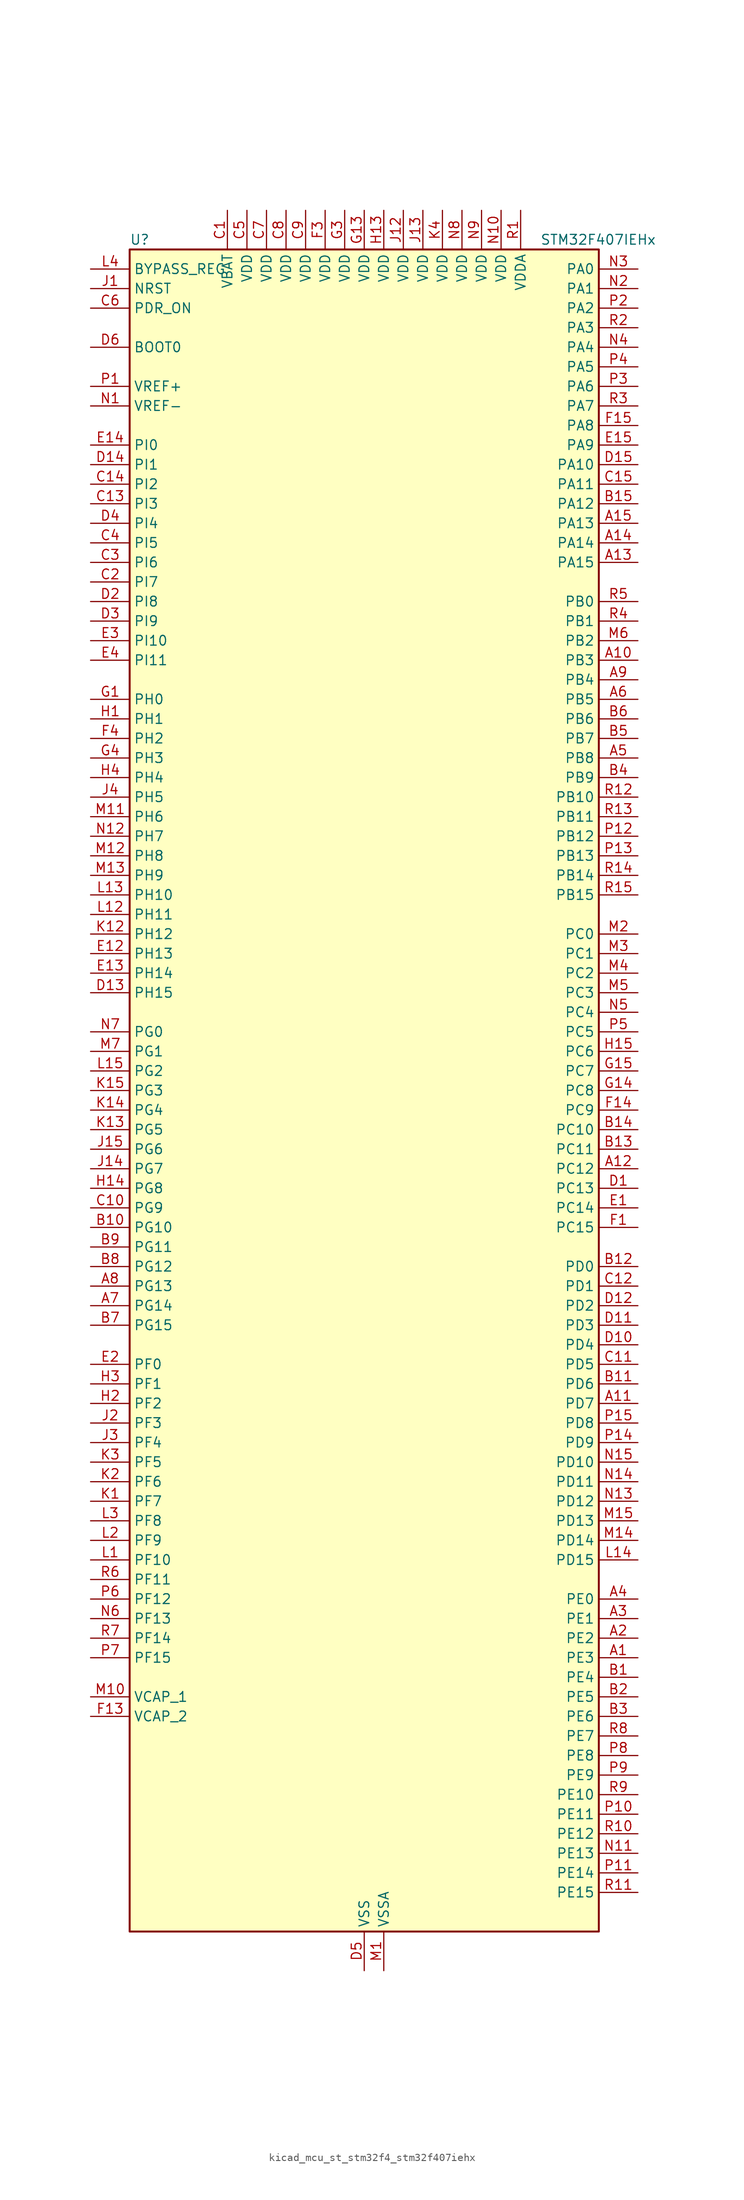
<source format=kicad_sym>
(kicad_symbol_lib
  (version 20220914)
  (generator kicad_symbol_editor)
  (symbol "kicad_mcu_st_stm32f4_stm32f407iehx"
    (property "Reference" "U"
      (at -30.48 110.49 0)
      (effects (font (size 1.27 1.27)) (justify left)))
    (property "Value" "STM32F407IEHx"
      (at 22.86 110.49 0)
      (effects (font (size 1.27 1.27)) (justify left)))
    (property "ki_locked" ""
      (at 0 0 0)
      (effects (font (size 1.27 1.27))))
    (symbol "kicad_mcu_st_stm32f4_stm32f407iehx_0_1"
      (rectangle (start -30.48 -109.22) (end 30.48 109.22) (stroke (width 0.254) (type default)) (fill (type background))))
    (symbol "kicad_mcu_st_stm32f4_stm32f407iehx_1_1"
      (pin bidirectional line (at 35.56 -73.66 180) (length 5.08) (name "PE3" (effects (font (size 1.27 1.27)))) (number "A1" (effects (font (size 1.27 1.27)))) (alternate "FSMC_A19" bidirectional line) (alternate "SYS_TRACED0" bidirectional line))
      (pin bidirectional line (at 35.56 55.88 180) (length 5.08) (name "PB3" (effects (font (size 1.27 1.27)))) (number "A10" (effects (font (size 1.27 1.27)))) (alternate "I2S3_CK" bidirectional line) (alternate "SPI1_SCK" bidirectional line) (alternate "SPI3_SCK" bidirectional line) (alternate "SYS_JTDO-SWO" bidirectional line) (alternate "TIM2_CH2" bidirectional line))
      (pin bidirectional line (at 35.56 -40.64 180) (length 5.08) (name "PD7" (effects (font (size 1.27 1.27)))) (number "A11" (effects (font (size 1.27 1.27)))) (alternate "FSMC_NCE2" bidirectional line) (alternate "FSMC_NE1" bidirectional line) (alternate "USART2_CK" bidirectional line))
      (pin bidirectional line (at 35.56 -10.16 180) (length 5.08) (name "PC12" (effects (font (size 1.27 1.27)))) (number "A12" (effects (font (size 1.27 1.27)))) (alternate "DCMI_D9" bidirectional line) (alternate "I2S3_SD" bidirectional line) (alternate "SDIO_CK" bidirectional line) (alternate "SPI3_MOSI" bidirectional line) (alternate "UART5_TX" bidirectional line) (alternate "USART3_CK" bidirectional line))
      (pin bidirectional line (at 35.56 68.58 180) (length 5.08) (name "PA15" (effects (font (size 1.27 1.27)))) (number "A13" (effects (font (size 1.27 1.27)))) (alternate "ADC1_EXTI15" bidirectional line) (alternate "ADC2_EXTI15" bidirectional line) (alternate "ADC3_EXTI15" bidirectional line) (alternate "I2S3_WS" bidirectional line) (alternate "SPI1_NSS" bidirectional line) (alternate "SPI3_NSS" bidirectional line) (alternate "SYS_JTDI" bidirectional line) (alternate "TIM2_CH1" bidirectional line) (alternate "TIM2_ETR" bidirectional line))
      (pin bidirectional line (at 35.56 71.12 180) (length 5.08) (name "PA14" (effects (font (size 1.27 1.27)))) (number "A14" (effects (font (size 1.27 1.27)))) (alternate "SYS_JTCK-SWCLK" bidirectional line))
      (pin bidirectional line (at 35.56 73.66 180) (length 5.08) (name "PA13" (effects (font (size 1.27 1.27)))) (number "A15" (effects (font (size 1.27 1.27)))) (alternate "SYS_JTMS-SWDIO" bidirectional line))
      (pin bidirectional line (at 35.56 -71.12 180) (length 5.08) (name "PE2" (effects (font (size 1.27 1.27)))) (number "A2" (effects (font (size 1.27 1.27)))) (alternate "ETH_TXD3" bidirectional line) (alternate "FSMC_A23" bidirectional line) (alternate "SYS_TRACECLK" bidirectional line))
      (pin bidirectional line (at 35.56 -68.58 180) (length 5.08) (name "PE1" (effects (font (size 1.27 1.27)))) (number "A3" (effects (font (size 1.27 1.27)))) (alternate "DCMI_D3" bidirectional line) (alternate "FSMC_NBL1" bidirectional line))
      (pin bidirectional line (at 35.56 -66.04 180) (length 5.08) (name "PE0" (effects (font (size 1.27 1.27)))) (number "A4" (effects (font (size 1.27 1.27)))) (alternate "DCMI_D2" bidirectional line) (alternate "FSMC_NBL0" bidirectional line) (alternate "TIM4_ETR" bidirectional line))
      (pin bidirectional line (at 35.56 43.18 180) (length 5.08) (name "PB8" (effects (font (size 1.27 1.27)))) (number "A5" (effects (font (size 1.27 1.27)))) (alternate "CAN1_RX" bidirectional line) (alternate "DCMI_D6" bidirectional line) (alternate "ETH_TXD3" bidirectional line) (alternate "I2C1_SCL" bidirectional line) (alternate "SDIO_D4" bidirectional line) (alternate "TIM10_CH1" bidirectional line) (alternate "TIM4_CH3" bidirectional line))
      (pin bidirectional line (at 35.56 50.8 180) (length 5.08) (name "PB5" (effects (font (size 1.27 1.27)))) (number "A6" (effects (font (size 1.27 1.27)))) (alternate "CAN2_RX" bidirectional line) (alternate "DCMI_D10" bidirectional line) (alternate "ETH_PPS_OUT" bidirectional line) (alternate "I2C1_SMBA" bidirectional line) (alternate "I2S3_SD" bidirectional line) (alternate "SPI1_MOSI" bidirectional line) (alternate "SPI3_MOSI" bidirectional line) (alternate "TIM3_CH2" bidirectional line) (alternate "USB_OTG_HS_ULPI_D7" bidirectional line))
      (pin bidirectional line (at -35.56 -27.94 0) (length 5.08) (name "PG14" (effects (font (size 1.27 1.27)))) (number "A7" (effects (font (size 1.27 1.27)))) (alternate "ETH_TXD1" bidirectional line) (alternate "FSMC_A25" bidirectional line) (alternate "USART6_TX" bidirectional line))
      (pin bidirectional line (at -35.56 -25.4 0) (length 5.08) (name "PG13" (effects (font (size 1.27 1.27)))) (number "A8" (effects (font (size 1.27 1.27)))) (alternate "ETH_TXD0" bidirectional line) (alternate "FSMC_A24" bidirectional line) (alternate "USART6_CTS" bidirectional line))
      (pin bidirectional line (at 35.56 53.34 180) (length 5.08) (name "PB4" (effects (font (size 1.27 1.27)))) (number "A9" (effects (font (size 1.27 1.27)))) (alternate "I2S3_ext_SD" bidirectional line) (alternate "SPI1_MISO" bidirectional line) (alternate "SPI3_MISO" bidirectional line) (alternate "SYS_JTRST" bidirectional line) (alternate "TIM3_CH1" bidirectional line))
      (pin bidirectional line (at 35.56 -76.2 180) (length 5.08) (name "PE4" (effects (font (size 1.27 1.27)))) (number "B1" (effects (font (size 1.27 1.27)))) (alternate "DCMI_D4" bidirectional line) (alternate "FSMC_A20" bidirectional line) (alternate "SYS_TRACED1" bidirectional line))
      (pin bidirectional line (at -35.56 -17.78 0) (length 5.08) (name "PG10" (effects (font (size 1.27 1.27)))) (number "B10" (effects (font (size 1.27 1.27)))) (alternate "FSMC_NCE4_1" bidirectional line) (alternate "FSMC_NE3" bidirectional line))
      (pin bidirectional line (at 35.56 -38.1 180) (length 5.08) (name "PD6" (effects (font (size 1.27 1.27)))) (number "B11" (effects (font (size 1.27 1.27)))) (alternate "FSMC_NWAIT" bidirectional line) (alternate "USART2_RX" bidirectional line))
      (pin bidirectional line (at 35.56 -22.86 180) (length 5.08) (name "PD0" (effects (font (size 1.27 1.27)))) (number "B12" (effects (font (size 1.27 1.27)))) (alternate "CAN1_RX" bidirectional line) (alternate "FSMC_D2" bidirectional line) (alternate "FSMC_DA2" bidirectional line))
      (pin bidirectional line (at 35.56 -7.62 180) (length 5.08) (name "PC11" (effects (font (size 1.27 1.27)))) (number "B13" (effects (font (size 1.27 1.27)))) (alternate "ADC1_EXTI11" bidirectional line) (alternate "ADC2_EXTI11" bidirectional line) (alternate "ADC3_EXTI11" bidirectional line) (alternate "DCMI_D4" bidirectional line) (alternate "I2S3_ext_SD" bidirectional line) (alternate "SDIO_D3" bidirectional line) (alternate "SPI3_MISO" bidirectional line) (alternate "UART4_RX" bidirectional line) (alternate "USART3_RX" bidirectional line))
      (pin bidirectional line (at 35.56 -5.08 180) (length 5.08) (name "PC10" (effects (font (size 1.27 1.27)))) (number "B14" (effects (font (size 1.27 1.27)))) (alternate "DCMI_D8" bidirectional line) (alternate "I2S3_CK" bidirectional line) (alternate "SDIO_D2" bidirectional line) (alternate "SPI3_SCK" bidirectional line) (alternate "UART4_TX" bidirectional line) (alternate "USART3_TX" bidirectional line))
      (pin bidirectional line (at 35.56 76.2 180) (length 5.08) (name "PA12" (effects (font (size 1.27 1.27)))) (number "B15" (effects (font (size 1.27 1.27)))) (alternate "CAN1_TX" bidirectional line) (alternate "TIM1_ETR" bidirectional line) (alternate "USART1_RTS" bidirectional line) (alternate "USB_OTG_FS_DP" bidirectional line))
      (pin bidirectional line (at 35.56 -78.74 180) (length 5.08) (name "PE5" (effects (font (size 1.27 1.27)))) (number "B2" (effects (font (size 1.27 1.27)))) (alternate "DCMI_D6" bidirectional line) (alternate "FSMC_A21" bidirectional line) (alternate "SYS_TRACED2" bidirectional line) (alternate "TIM9_CH1" bidirectional line))
      (pin bidirectional line (at 35.56 -81.28 180) (length 5.08) (name "PE6" (effects (font (size 1.27 1.27)))) (number "B3" (effects (font (size 1.27 1.27)))) (alternate "DCMI_D7" bidirectional line) (alternate "FSMC_A22" bidirectional line) (alternate "SYS_TRACED3" bidirectional line) (alternate "TIM9_CH2" bidirectional line))
      (pin bidirectional line (at 35.56 40.64 180) (length 5.08) (name "PB9" (effects (font (size 1.27 1.27)))) (number "B4" (effects (font (size 1.27 1.27)))) (alternate "CAN1_TX" bidirectional line) (alternate "DAC_EXTI9" bidirectional line) (alternate "DCMI_D7" bidirectional line) (alternate "I2C1_SDA" bidirectional line) (alternate "I2S2_WS" bidirectional line) (alternate "SDIO_D5" bidirectional line) (alternate "SPI2_NSS" bidirectional line) (alternate "TIM11_CH1" bidirectional line) (alternate "TIM4_CH4" bidirectional line))
      (pin bidirectional line (at 35.56 45.72 180) (length 5.08) (name "PB7" (effects (font (size 1.27 1.27)))) (number "B5" (effects (font (size 1.27 1.27)))) (alternate "DCMI_VSYNC" bidirectional line) (alternate "FSMC_NL" bidirectional line) (alternate "I2C1_SDA" bidirectional line) (alternate "TIM4_CH2" bidirectional line) (alternate "USART1_RX" bidirectional line))
      (pin bidirectional line (at 35.56 48.26 180) (length 5.08) (name "PB6" (effects (font (size 1.27 1.27)))) (number "B6" (effects (font (size 1.27 1.27)))) (alternate "CAN2_TX" bidirectional line) (alternate "DCMI_D5" bidirectional line) (alternate "I2C1_SCL" bidirectional line) (alternate "TIM4_CH1" bidirectional line) (alternate "USART1_TX" bidirectional line))
      (pin bidirectional line (at -35.56 -30.48 0) (length 5.08) (name "PG15" (effects (font (size 1.27 1.27)))) (number "B7" (effects (font (size 1.27 1.27)))) (alternate "ADC1_EXTI15" bidirectional line) (alternate "ADC2_EXTI15" bidirectional line) (alternate "ADC3_EXTI15" bidirectional line) (alternate "DCMI_D13" bidirectional line) (alternate "USART6_CTS" bidirectional line))
      (pin bidirectional line (at -35.56 -22.86 0) (length 5.08) (name "PG12" (effects (font (size 1.27 1.27)))) (number "B8" (effects (font (size 1.27 1.27)))) (alternate "FSMC_NE4" bidirectional line) (alternate "USART6_RTS" bidirectional line))
      (pin bidirectional line (at -35.56 -20.32 0) (length 5.08) (name "PG11" (effects (font (size 1.27 1.27)))) (number "B9" (effects (font (size 1.27 1.27)))) (alternate "ADC1_EXTI11" bidirectional line) (alternate "ADC2_EXTI11" bidirectional line) (alternate "ADC3_EXTI11" bidirectional line) (alternate "ETH_TX_EN" bidirectional line) (alternate "FSMC_NCE4_2" bidirectional line))
      (pin power_in line (at -17.78 114.3 270) (length 5.08) (name "VBAT" (effects (font (size 1.27 1.27)))) (number "C1" (effects (font (size 1.27 1.27)))))
      (pin bidirectional line (at -35.56 -15.24 0) (length 5.08) (name "PG9" (effects (font (size 1.27 1.27)))) (number "C10" (effects (font (size 1.27 1.27)))) (alternate "DAC_EXTI9" bidirectional line) (alternate "FSMC_NCE3" bidirectional line) (alternate "FSMC_NE2" bidirectional line) (alternate "USART6_RX" bidirectional line))
      (pin bidirectional line (at 35.56 -35.56 180) (length 5.08) (name "PD5" (effects (font (size 1.27 1.27)))) (number "C11" (effects (font (size 1.27 1.27)))) (alternate "FSMC_NWE" bidirectional line) (alternate "USART2_TX" bidirectional line))
      (pin bidirectional line (at 35.56 -25.4 180) (length 5.08) (name "PD1" (effects (font (size 1.27 1.27)))) (number "C12" (effects (font (size 1.27 1.27)))) (alternate "CAN1_TX" bidirectional line) (alternate "FSMC_D3" bidirectional line) (alternate "FSMC_DA3" bidirectional line))
      (pin bidirectional line (at -35.56 76.2 0) (length 5.08) (name "PI3" (effects (font (size 1.27 1.27)))) (number "C13" (effects (font (size 1.27 1.27)))) (alternate "DCMI_D10" bidirectional line) (alternate "I2S2_SD" bidirectional line) (alternate "SPI2_MOSI" bidirectional line) (alternate "TIM8_ETR" bidirectional line))
      (pin bidirectional line (at -35.56 78.74 0) (length 5.08) (name "PI2" (effects (font (size 1.27 1.27)))) (number "C14" (effects (font (size 1.27 1.27)))) (alternate "DCMI_D9" bidirectional line) (alternate "I2S2_ext_SD" bidirectional line) (alternate "SPI2_MISO" bidirectional line) (alternate "TIM8_CH4" bidirectional line))
      (pin bidirectional line (at 35.56 78.74 180) (length 5.08) (name "PA11" (effects (font (size 1.27 1.27)))) (number "C15" (effects (font (size 1.27 1.27)))) (alternate "ADC1_EXTI11" bidirectional line) (alternate "ADC2_EXTI11" bidirectional line) (alternate "ADC3_EXTI11" bidirectional line) (alternate "CAN1_RX" bidirectional line) (alternate "TIM1_CH4" bidirectional line) (alternate "USART1_CTS" bidirectional line) (alternate "USB_OTG_FS_DM" bidirectional line))
      (pin bidirectional line (at -35.56 66.04 0) (length 5.08) (name "PI7" (effects (font (size 1.27 1.27)))) (number "C2" (effects (font (size 1.27 1.27)))) (alternate "DCMI_D7" bidirectional line) (alternate "TIM8_CH3" bidirectional line))
      (pin bidirectional line (at -35.56 68.58 0) (length 5.08) (name "PI6" (effects (font (size 1.27 1.27)))) (number "C3" (effects (font (size 1.27 1.27)))) (alternate "DCMI_D6" bidirectional line) (alternate "TIM8_CH2" bidirectional line))
      (pin bidirectional line (at -35.56 71.12 0) (length 5.08) (name "PI5" (effects (font (size 1.27 1.27)))) (number "C4" (effects (font (size 1.27 1.27)))) (alternate "DCMI_VSYNC" bidirectional line) (alternate "TIM8_CH1" bidirectional line))
      (pin power_in line (at -15.24 114.3 270) (length 5.08) (name "VDD" (effects (font (size 1.27 1.27)))) (number "C5" (effects (font (size 1.27 1.27)))))
      (pin input line (at -35.56 101.6 0) (length 5.08) (name "PDR_ON" (effects (font (size 1.27 1.27)))) (number "C6" (effects (font (size 1.27 1.27)))))
      (pin power_in line (at -12.7 114.3 270) (length 5.08) (name "VDD" (effects (font (size 1.27 1.27)))) (number "C7" (effects (font (size 1.27 1.27)))))
      (pin power_in line (at -10.16 114.3 270) (length 5.08) (name "VDD" (effects (font (size 1.27 1.27)))) (number "C8" (effects (font (size 1.27 1.27)))))
      (pin power_in line (at -7.62 114.3 270) (length 5.08) (name "VDD" (effects (font (size 1.27 1.27)))) (number "C9" (effects (font (size 1.27 1.27)))))
      (pin bidirectional line (at 35.56 -12.7 180) (length 5.08) (name "PC13" (effects (font (size 1.27 1.27)))) (number "D1" (effects (font (size 1.27 1.27)))) (alternate "RTC_AF1" bidirectional line))
      (pin bidirectional line (at 35.56 -33.02 180) (length 5.08) (name "PD4" (effects (font (size 1.27 1.27)))) (number "D10" (effects (font (size 1.27 1.27)))) (alternate "FSMC_NOE" bidirectional line) (alternate "USART2_RTS" bidirectional line))
      (pin bidirectional line (at 35.56 -30.48 180) (length 5.08) (name "PD3" (effects (font (size 1.27 1.27)))) (number "D11" (effects (font (size 1.27 1.27)))) (alternate "FSMC_CLK" bidirectional line) (alternate "USART2_CTS" bidirectional line))
      (pin bidirectional line (at 35.56 -27.94 180) (length 5.08) (name "PD2" (effects (font (size 1.27 1.27)))) (number "D12" (effects (font (size 1.27 1.27)))) (alternate "DCMI_D11" bidirectional line) (alternate "SDIO_CMD" bidirectional line) (alternate "TIM3_ETR" bidirectional line) (alternate "UART5_RX" bidirectional line))
      (pin bidirectional line (at -35.56 12.7 0) (length 5.08) (name "PH15" (effects (font (size 1.27 1.27)))) (number "D13" (effects (font (size 1.27 1.27)))) (alternate "ADC1_EXTI15" bidirectional line) (alternate "ADC2_EXTI15" bidirectional line) (alternate "ADC3_EXTI15" bidirectional line) (alternate "DCMI_D11" bidirectional line) (alternate "TIM8_CH3N" bidirectional line))
      (pin bidirectional line (at -35.56 81.28 0) (length 5.08) (name "PI1" (effects (font (size 1.27 1.27)))) (number "D14" (effects (font (size 1.27 1.27)))) (alternate "DCMI_D8" bidirectional line) (alternate "I2S2_CK" bidirectional line) (alternate "SPI2_SCK" bidirectional line))
      (pin bidirectional line (at 35.56 81.28 180) (length 5.08) (name "PA10" (effects (font (size 1.27 1.27)))) (number "D15" (effects (font (size 1.27 1.27)))) (alternate "DCMI_D1" bidirectional line) (alternate "TIM1_CH3" bidirectional line) (alternate "USART1_RX" bidirectional line) (alternate "USB_OTG_FS_ID" bidirectional line))
      (pin bidirectional line (at -35.56 63.5 0) (length 5.08) (name "PI8" (effects (font (size 1.27 1.27)))) (number "D2" (effects (font (size 1.27 1.27)))) (alternate "RTC_AF2" bidirectional line))
      (pin bidirectional line (at -35.56 60.96 0) (length 5.08) (name "PI9" (effects (font (size 1.27 1.27)))) (number "D3" (effects (font (size 1.27 1.27)))) (alternate "CAN1_RX" bidirectional line) (alternate "DAC_EXTI9" bidirectional line))
      (pin bidirectional line (at -35.56 73.66 0) (length 5.08) (name "PI4" (effects (font (size 1.27 1.27)))) (number "D4" (effects (font (size 1.27 1.27)))) (alternate "DCMI_D5" bidirectional line) (alternate "TIM8_BKIN" bidirectional line))
      (pin power_in line (at 0 -114.3 90) (length 5.08) (name "VSS" (effects (font (size 1.27 1.27)))) (number "D5" (effects (font (size 1.27 1.27)))))
      (pin input line (at -35.56 96.52 0) (length 5.08) (name "BOOT0" (effects (font (size 1.27 1.27)))) (number "D6" (effects (font (size 1.27 1.27)))))
      (pin passive line (at 0 -114.3 90) (length 5.08) hide (name "VSS" (effects (font (size 1.27 1.27)))) (number "D7" (effects (font (size 1.27 1.27)))))
      (pin passive line (at 0 -114.3 90) (length 5.08) hide (name "VSS" (effects (font (size 1.27 1.27)))) (number "D8" (effects (font (size 1.27 1.27)))))
      (pin passive line (at 0 -114.3 90) (length 5.08) hide (name "VSS" (effects (font (size 1.27 1.27)))) (number "D9" (effects (font (size 1.27 1.27)))))
      (pin bidirectional line (at 35.56 -15.24 180) (length 5.08) (name "PC14" (effects (font (size 1.27 1.27)))) (number "E1" (effects (font (size 1.27 1.27)))) (alternate "RCC_OSC32_IN" bidirectional line))
      (pin bidirectional line (at -35.56 17.78 0) (length 5.08) (name "PH13" (effects (font (size 1.27 1.27)))) (number "E12" (effects (font (size 1.27 1.27)))) (alternate "CAN1_TX" bidirectional line) (alternate "TIM8_CH1N" bidirectional line))
      (pin bidirectional line (at -35.56 15.24 0) (length 5.08) (name "PH14" (effects (font (size 1.27 1.27)))) (number "E13" (effects (font (size 1.27 1.27)))) (alternate "DCMI_D4" bidirectional line) (alternate "TIM8_CH2N" bidirectional line))
      (pin bidirectional line (at -35.56 83.82 0) (length 5.08) (name "PI0" (effects (font (size 1.27 1.27)))) (number "E14" (effects (font (size 1.27 1.27)))) (alternate "DCMI_D13" bidirectional line) (alternate "I2S2_WS" bidirectional line) (alternate "SPI2_NSS" bidirectional line) (alternate "TIM5_CH4" bidirectional line))
      (pin bidirectional line (at 35.56 83.82 180) (length 5.08) (name "PA9" (effects (font (size 1.27 1.27)))) (number "E15" (effects (font (size 1.27 1.27)))) (alternate "DAC_EXTI9" bidirectional line) (alternate "DCMI_D0" bidirectional line) (alternate "I2C3_SMBA" bidirectional line) (alternate "TIM1_CH2" bidirectional line) (alternate "USART1_TX" bidirectional line) (alternate "USB_OTG_FS_VBUS" bidirectional line))
      (pin bidirectional line (at -35.56 -35.56 0) (length 5.08) (name "PF0" (effects (font (size 1.27 1.27)))) (number "E2" (effects (font (size 1.27 1.27)))) (alternate "FSMC_A0" bidirectional line) (alternate "I2C2_SDA" bidirectional line))
      (pin bidirectional line (at -35.56 58.42 0) (length 5.08) (name "PI10" (effects (font (size 1.27 1.27)))) (number "E3" (effects (font (size 1.27 1.27)))) (alternate "ETH_RX_ER" bidirectional line))
      (pin bidirectional line (at -35.56 55.88 0) (length 5.08) (name "PI11" (effects (font (size 1.27 1.27)))) (number "E4" (effects (font (size 1.27 1.27)))) (alternate "ADC1_EXTI11" bidirectional line) (alternate "ADC2_EXTI11" bidirectional line) (alternate "ADC3_EXTI11" bidirectional line) (alternate "USB_OTG_HS_ULPI_DIR" bidirectional line))
      (pin bidirectional line (at 35.56 -17.78 180) (length 5.08) (name "PC15" (effects (font (size 1.27 1.27)))) (number "F1" (effects (font (size 1.27 1.27)))) (alternate "ADC1_EXTI15" bidirectional line) (alternate "ADC2_EXTI15" bidirectional line) (alternate "ADC3_EXTI15" bidirectional line) (alternate "RCC_OSC32_OUT" bidirectional line))
      (pin passive line (at 0 -114.3 90) (length 5.08) hide (name "VSS" (effects (font (size 1.27 1.27)))) (number "F10" (effects (font (size 1.27 1.27)))))
      (pin passive line (at 0 -114.3 90) (length 5.08) hide (name "VSS" (effects (font (size 1.27 1.27)))) (number "F12" (effects (font (size 1.27 1.27)))))
      (pin power_out line (at -35.56 -81.28 0) (length 5.08) (name "VCAP_2" (effects (font (size 1.27 1.27)))) (number "F13" (effects (font (size 1.27 1.27)))))
      (pin bidirectional line (at 35.56 -2.54 180) (length 5.08) (name "PC9" (effects (font (size 1.27 1.27)))) (number "F14" (effects (font (size 1.27 1.27)))) (alternate "DAC_EXTI9" bidirectional line) (alternate "DCMI_D3" bidirectional line) (alternate "I2C3_SDA" bidirectional line) (alternate "I2S_CKIN" bidirectional line) (alternate "RCC_MCO_2" bidirectional line) (alternate "SDIO_D1" bidirectional line) (alternate "TIM3_CH4" bidirectional line) (alternate "TIM8_CH4" bidirectional line))
      (pin bidirectional line (at 35.56 86.36 180) (length 5.08) (name "PA8" (effects (font (size 1.27 1.27)))) (number "F15" (effects (font (size 1.27 1.27)))) (alternate "I2C3_SCL" bidirectional line) (alternate "RCC_MCO_1" bidirectional line) (alternate "TIM1_CH1" bidirectional line) (alternate "USART1_CK" bidirectional line) (alternate "USB_OTG_FS_SOF" bidirectional line))
      (pin passive line (at 0 -114.3 90) (length 5.08) hide (name "VSS" (effects (font (size 1.27 1.27)))) (number "F2" (effects (font (size 1.27 1.27)))))
      (pin power_in line (at -5.08 114.3 270) (length 5.08) (name "VDD" (effects (font (size 1.27 1.27)))) (number "F3" (effects (font (size 1.27 1.27)))))
      (pin bidirectional line (at -35.56 45.72 0) (length 5.08) (name "PH2" (effects (font (size 1.27 1.27)))) (number "F4" (effects (font (size 1.27 1.27)))) (alternate "ETH_CRS" bidirectional line))
      (pin passive line (at 0 -114.3 90) (length 5.08) hide (name "VSS" (effects (font (size 1.27 1.27)))) (number "F6" (effects (font (size 1.27 1.27)))))
      (pin passive line (at 0 -114.3 90) (length 5.08) hide (name "VSS" (effects (font (size 1.27 1.27)))) (number "F7" (effects (font (size 1.27 1.27)))))
      (pin passive line (at 0 -114.3 90) (length 5.08) hide (name "VSS" (effects (font (size 1.27 1.27)))) (number "F8" (effects (font (size 1.27 1.27)))))
      (pin passive line (at 0 -114.3 90) (length 5.08) hide (name "VSS" (effects (font (size 1.27 1.27)))) (number "F9" (effects (font (size 1.27 1.27)))))
      (pin bidirectional line (at -35.56 50.8 0) (length 5.08) (name "PH0" (effects (font (size 1.27 1.27)))) (number "G1" (effects (font (size 1.27 1.27)))) (alternate "RCC_OSC_IN" bidirectional line))
      (pin passive line (at 0 -114.3 90) (length 5.08) hide (name "VSS" (effects (font (size 1.27 1.27)))) (number "G10" (effects (font (size 1.27 1.27)))))
      (pin passive line (at 0 -114.3 90) (length 5.08) hide (name "VSS" (effects (font (size 1.27 1.27)))) (number "G12" (effects (font (size 1.27 1.27)))))
      (pin power_in line (at 0 114.3 270) (length 5.08) (name "VDD" (effects (font (size 1.27 1.27)))) (number "G13" (effects (font (size 1.27 1.27)))))
      (pin bidirectional line (at 35.56 0 180) (length 5.08) (name "PC8" (effects (font (size 1.27 1.27)))) (number "G14" (effects (font (size 1.27 1.27)))) (alternate "DCMI_D2" bidirectional line) (alternate "SDIO_D0" bidirectional line) (alternate "TIM3_CH3" bidirectional line) (alternate "TIM8_CH3" bidirectional line) (alternate "USART6_CK" bidirectional line))
      (pin bidirectional line (at 35.56 2.54 180) (length 5.08) (name "PC7" (effects (font (size 1.27 1.27)))) (number "G15" (effects (font (size 1.27 1.27)))) (alternate "DCMI_D1" bidirectional line) (alternate "I2S3_MCK" bidirectional line) (alternate "SDIO_D7" bidirectional line) (alternate "TIM3_CH2" bidirectional line) (alternate "TIM8_CH2" bidirectional line) (alternate "USART6_RX" bidirectional line))
      (pin passive line (at 0 -114.3 90) (length 5.08) hide (name "VSS" (effects (font (size 1.27 1.27)))) (number "G2" (effects (font (size 1.27 1.27)))))
      (pin power_in line (at -2.54 114.3 270) (length 5.08) (name "VDD" (effects (font (size 1.27 1.27)))) (number "G3" (effects (font (size 1.27 1.27)))))
      (pin bidirectional line (at -35.56 43.18 0) (length 5.08) (name "PH3" (effects (font (size 1.27 1.27)))) (number "G4" (effects (font (size 1.27 1.27)))) (alternate "ETH_COL" bidirectional line))
      (pin passive line (at 0 -114.3 90) (length 5.08) hide (name "VSS" (effects (font (size 1.27 1.27)))) (number "G6" (effects (font (size 1.27 1.27)))))
      (pin passive line (at 0 -114.3 90) (length 5.08) hide (name "VSS" (effects (font (size 1.27 1.27)))) (number "G7" (effects (font (size 1.27 1.27)))))
      (pin passive line (at 0 -114.3 90) (length 5.08) hide (name "VSS" (effects (font (size 1.27 1.27)))) (number "G8" (effects (font (size 1.27 1.27)))))
      (pin passive line (at 0 -114.3 90) (length 5.08) hide (name "VSS" (effects (font (size 1.27 1.27)))) (number "G9" (effects (font (size 1.27 1.27)))))
      (pin bidirectional line (at -35.56 48.26 0) (length 5.08) (name "PH1" (effects (font (size 1.27 1.27)))) (number "H1" (effects (font (size 1.27 1.27)))) (alternate "RCC_OSC_OUT" bidirectional line))
      (pin passive line (at 0 -114.3 90) (length 5.08) hide (name "VSS" (effects (font (size 1.27 1.27)))) (number "H10" (effects (font (size 1.27 1.27)))))
      (pin passive line (at 0 -114.3 90) (length 5.08) hide (name "VSS" (effects (font (size 1.27 1.27)))) (number "H12" (effects (font (size 1.27 1.27)))))
      (pin power_in line (at 2.54 114.3 270) (length 5.08) (name "VDD" (effects (font (size 1.27 1.27)))) (number "H13" (effects (font (size 1.27 1.27)))))
      (pin bidirectional line (at -35.56 -12.7 0) (length 5.08) (name "PG8" (effects (font (size 1.27 1.27)))) (number "H14" (effects (font (size 1.27 1.27)))) (alternate "ETH_PPS_OUT" bidirectional line) (alternate "USART6_RTS" bidirectional line))
      (pin bidirectional line (at 35.56 5.08 180) (length 5.08) (name "PC6" (effects (font (size 1.27 1.27)))) (number "H15" (effects (font (size 1.27 1.27)))) (alternate "DCMI_D0" bidirectional line) (alternate "I2S2_MCK" bidirectional line) (alternate "SDIO_D6" bidirectional line) (alternate "TIM3_CH1" bidirectional line) (alternate "TIM8_CH1" bidirectional line) (alternate "USART6_TX" bidirectional line))
      (pin bidirectional line (at -35.56 -40.64 0) (length 5.08) (name "PF2" (effects (font (size 1.27 1.27)))) (number "H2" (effects (font (size 1.27 1.27)))) (alternate "FSMC_A2" bidirectional line) (alternate "I2C2_SMBA" bidirectional line))
      (pin bidirectional line (at -35.56 -38.1 0) (length 5.08) (name "PF1" (effects (font (size 1.27 1.27)))) (number "H3" (effects (font (size 1.27 1.27)))) (alternate "FSMC_A1" bidirectional line) (alternate "I2C2_SCL" bidirectional line))
      (pin bidirectional line (at -35.56 40.64 0) (length 5.08) (name "PH4" (effects (font (size 1.27 1.27)))) (number "H4" (effects (font (size 1.27 1.27)))) (alternate "I2C2_SCL" bidirectional line) (alternate "USB_OTG_HS_ULPI_NXT" bidirectional line))
      (pin passive line (at 0 -114.3 90) (length 5.08) hide (name "VSS" (effects (font (size 1.27 1.27)))) (number "H6" (effects (font (size 1.27 1.27)))))
      (pin passive line (at 0 -114.3 90) (length 5.08) hide (name "VSS" (effects (font (size 1.27 1.27)))) (number "H7" (effects (font (size 1.27 1.27)))))
      (pin passive line (at 0 -114.3 90) (length 5.08) hide (name "VSS" (effects (font (size 1.27 1.27)))) (number "H8" (effects (font (size 1.27 1.27)))))
      (pin passive line (at 0 -114.3 90) (length 5.08) hide (name "VSS" (effects (font (size 1.27 1.27)))) (number "H9" (effects (font (size 1.27 1.27)))))
      (pin input line (at -35.56 104.14 0) (length 5.08) (name "NRST" (effects (font (size 1.27 1.27)))) (number "J1" (effects (font (size 1.27 1.27)))))
      (pin passive line (at 0 -114.3 90) (length 5.08) hide (name "VSS" (effects (font (size 1.27 1.27)))) (number "J10" (effects (font (size 1.27 1.27)))))
      (pin power_in line (at 5.08 114.3 270) (length 5.08) (name "VDD" (effects (font (size 1.27 1.27)))) (number "J12" (effects (font (size 1.27 1.27)))))
      (pin power_in line (at 7.62 114.3 270) (length 5.08) (name "VDD" (effects (font (size 1.27 1.27)))) (number "J13" (effects (font (size 1.27 1.27)))))
      (pin bidirectional line (at -35.56 -10.16 0) (length 5.08) (name "PG7" (effects (font (size 1.27 1.27)))) (number "J14" (effects (font (size 1.27 1.27)))) (alternate "FSMC_INT3" bidirectional line) (alternate "USART6_CK" bidirectional line))
      (pin bidirectional line (at -35.56 -7.62 0) (length 5.08) (name "PG6" (effects (font (size 1.27 1.27)))) (number "J15" (effects (font (size 1.27 1.27)))) (alternate "FSMC_INT2" bidirectional line))
      (pin bidirectional line (at -35.56 -43.18 0) (length 5.08) (name "PF3" (effects (font (size 1.27 1.27)))) (number "J2" (effects (font (size 1.27 1.27)))) (alternate "ADC3_IN9" bidirectional line) (alternate "FSMC_A3" bidirectional line))
      (pin bidirectional line (at -35.56 -45.72 0) (length 5.08) (name "PF4" (effects (font (size 1.27 1.27)))) (number "J3" (effects (font (size 1.27 1.27)))) (alternate "ADC3_IN14" bidirectional line) (alternate "FSMC_A4" bidirectional line))
      (pin bidirectional line (at -35.56 38.1 0) (length 5.08) (name "PH5" (effects (font (size 1.27 1.27)))) (number "J4" (effects (font (size 1.27 1.27)))) (alternate "I2C2_SDA" bidirectional line))
      (pin passive line (at 0 -114.3 90) (length 5.08) hide (name "VSS" (effects (font (size 1.27 1.27)))) (number "J6" (effects (font (size 1.27 1.27)))))
      (pin passive line (at 0 -114.3 90) (length 5.08) hide (name "VSS" (effects (font (size 1.27 1.27)))) (number "J7" (effects (font (size 1.27 1.27)))))
      (pin passive line (at 0 -114.3 90) (length 5.08) hide (name "VSS" (effects (font (size 1.27 1.27)))) (number "J8" (effects (font (size 1.27 1.27)))))
      (pin passive line (at 0 -114.3 90) (length 5.08) hide (name "VSS" (effects (font (size 1.27 1.27)))) (number "J9" (effects (font (size 1.27 1.27)))))
      (pin bidirectional line (at -35.56 -53.34 0) (length 5.08) (name "PF7" (effects (font (size 1.27 1.27)))) (number "K1" (effects (font (size 1.27 1.27)))) (alternate "ADC3_IN5" bidirectional line) (alternate "FSMC_NREG" bidirectional line) (alternate "TIM11_CH1" bidirectional line))
      (pin passive line (at 0 -114.3 90) (length 5.08) hide (name "VSS" (effects (font (size 1.27 1.27)))) (number "K10" (effects (font (size 1.27 1.27)))))
      (pin bidirectional line (at -35.56 20.32 0) (length 5.08) (name "PH12" (effects (font (size 1.27 1.27)))) (number "K12" (effects (font (size 1.27 1.27)))) (alternate "DCMI_D3" bidirectional line) (alternate "TIM5_CH3" bidirectional line))
      (pin bidirectional line (at -35.56 -5.08 0) (length 5.08) (name "PG5" (effects (font (size 1.27 1.27)))) (number "K13" (effects (font (size 1.27 1.27)))) (alternate "FSMC_A15" bidirectional line))
      (pin bidirectional line (at -35.56 -2.54 0) (length 5.08) (name "PG4" (effects (font (size 1.27 1.27)))) (number "K14" (effects (font (size 1.27 1.27)))) (alternate "FSMC_A14" bidirectional line))
      (pin bidirectional line (at -35.56 0 0) (length 5.08) (name "PG3" (effects (font (size 1.27 1.27)))) (number "K15" (effects (font (size 1.27 1.27)))) (alternate "FSMC_A13" bidirectional line))
      (pin bidirectional line (at -35.56 -50.8 0) (length 5.08) (name "PF6" (effects (font (size 1.27 1.27)))) (number "K2" (effects (font (size 1.27 1.27)))) (alternate "ADC3_IN4" bidirectional line) (alternate "FSMC_NIORD" bidirectional line) (alternate "TIM10_CH1" bidirectional line))
      (pin bidirectional line (at -35.56 -48.26 0) (length 5.08) (name "PF5" (effects (font (size 1.27 1.27)))) (number "K3" (effects (font (size 1.27 1.27)))) (alternate "ADC3_IN15" bidirectional line) (alternate "FSMC_A5" bidirectional line))
      (pin power_in line (at 10.16 114.3 270) (length 5.08) (name "VDD" (effects (font (size 1.27 1.27)))) (number "K4" (effects (font (size 1.27 1.27)))))
      (pin passive line (at 0 -114.3 90) (length 5.08) hide (name "VSS" (effects (font (size 1.27 1.27)))) (number "K6" (effects (font (size 1.27 1.27)))))
      (pin passive line (at 0 -114.3 90) (length 5.08) hide (name "VSS" (effects (font (size 1.27 1.27)))) (number "K7" (effects (font (size 1.27 1.27)))))
      (pin passive line (at 0 -114.3 90) (length 5.08) hide (name "VSS" (effects (font (size 1.27 1.27)))) (number "K8" (effects (font (size 1.27 1.27)))))
      (pin passive line (at 0 -114.3 90) (length 5.08) hide (name "VSS" (effects (font (size 1.27 1.27)))) (number "K9" (effects (font (size 1.27 1.27)))))
      (pin bidirectional line (at -35.56 -60.96 0) (length 5.08) (name "PF10" (effects (font (size 1.27 1.27)))) (number "L1" (effects (font (size 1.27 1.27)))) (alternate "ADC3_IN8" bidirectional line) (alternate "FSMC_INTR" bidirectional line))
      (pin bidirectional line (at -35.56 22.86 0) (length 5.08) (name "PH11" (effects (font (size 1.27 1.27)))) (number "L12" (effects (font (size 1.27 1.27)))) (alternate "ADC1_EXTI11" bidirectional line) (alternate "ADC2_EXTI11" bidirectional line) (alternate "ADC3_EXTI11" bidirectional line) (alternate "DCMI_D2" bidirectional line) (alternate "TIM5_CH2" bidirectional line))
      (pin bidirectional line (at -35.56 25.4 0) (length 5.08) (name "PH10" (effects (font (size 1.27 1.27)))) (number "L13" (effects (font (size 1.27 1.27)))) (alternate "DCMI_D1" bidirectional line) (alternate "TIM5_CH1" bidirectional line))
      (pin bidirectional line (at 35.56 -60.96 180) (length 5.08) (name "PD15" (effects (font (size 1.27 1.27)))) (number "L14" (effects (font (size 1.27 1.27)))) (alternate "ADC1_EXTI15" bidirectional line) (alternate "ADC2_EXTI15" bidirectional line) (alternate "ADC3_EXTI15" bidirectional line) (alternate "FSMC_D1" bidirectional line) (alternate "FSMC_DA1" bidirectional line) (alternate "TIM4_CH4" bidirectional line))
      (pin bidirectional line (at -35.56 2.54 0) (length 5.08) (name "PG2" (effects (font (size 1.27 1.27)))) (number "L15" (effects (font (size 1.27 1.27)))) (alternate "FSMC_A12" bidirectional line))
      (pin bidirectional line (at -35.56 -58.42 0) (length 5.08) (name "PF9" (effects (font (size 1.27 1.27)))) (number "L2" (effects (font (size 1.27 1.27)))) (alternate "ADC3_IN7" bidirectional line) (alternate "DAC_EXTI9" bidirectional line) (alternate "FSMC_CD" bidirectional line) (alternate "TIM14_CH1" bidirectional line))
      (pin bidirectional line (at -35.56 -55.88 0) (length 5.08) (name "PF8" (effects (font (size 1.27 1.27)))) (number "L3" (effects (font (size 1.27 1.27)))) (alternate "ADC3_IN6" bidirectional line) (alternate "FSMC_NIOWR" bidirectional line) (alternate "TIM13_CH1" bidirectional line))
      (pin input line (at -35.56 106.68 0) (length 5.08) (name "BYPASS_REG" (effects (font (size 1.27 1.27)))) (number "L4" (effects (font (size 1.27 1.27)))))
      (pin power_in line (at 2.54 -114.3 90) (length 5.08) (name "VSSA" (effects (font (size 1.27 1.27)))) (number "M1" (effects (font (size 1.27 1.27)))))
      (pin power_out line (at -35.56 -78.74 0) (length 5.08) (name "VCAP_1" (effects (font (size 1.27 1.27)))) (number "M10" (effects (font (size 1.27 1.27)))))
      (pin bidirectional line (at -35.56 35.56 0) (length 5.08) (name "PH6" (effects (font (size 1.27 1.27)))) (number "M11" (effects (font (size 1.27 1.27)))) (alternate "ETH_RXD2" bidirectional line) (alternate "I2C2_SMBA" bidirectional line) (alternate "TIM12_CH1" bidirectional line))
      (pin bidirectional line (at -35.56 30.48 0) (length 5.08) (name "PH8" (effects (font (size 1.27 1.27)))) (number "M12" (effects (font (size 1.27 1.27)))) (alternate "DCMI_HSYNC" bidirectional line) (alternate "I2C3_SDA" bidirectional line))
      (pin bidirectional line (at -35.56 27.94 0) (length 5.08) (name "PH9" (effects (font (size 1.27 1.27)))) (number "M13" (effects (font (size 1.27 1.27)))) (alternate "DAC_EXTI9" bidirectional line) (alternate "DCMI_D0" bidirectional line) (alternate "I2C3_SMBA" bidirectional line) (alternate "TIM12_CH2" bidirectional line))
      (pin bidirectional line (at 35.56 -58.42 180) (length 5.08) (name "PD14" (effects (font (size 1.27 1.27)))) (number "M14" (effects (font (size 1.27 1.27)))) (alternate "FSMC_D0" bidirectional line) (alternate "FSMC_DA0" bidirectional line) (alternate "TIM4_CH3" bidirectional line))
      (pin bidirectional line (at 35.56 -55.88 180) (length 5.08) (name "PD13" (effects (font (size 1.27 1.27)))) (number "M15" (effects (font (size 1.27 1.27)))) (alternate "FSMC_A18" bidirectional line) (alternate "TIM4_CH2" bidirectional line))
      (pin bidirectional line (at 35.56 20.32 180) (length 5.08) (name "PC0" (effects (font (size 1.27 1.27)))) (number "M2" (effects (font (size 1.27 1.27)))) (alternate "ADC1_IN10" bidirectional line) (alternate "ADC2_IN10" bidirectional line) (alternate "ADC3_IN10" bidirectional line) (alternate "USB_OTG_HS_ULPI_STP" bidirectional line))
      (pin bidirectional line (at 35.56 17.78 180) (length 5.08) (name "PC1" (effects (font (size 1.27 1.27)))) (number "M3" (effects (font (size 1.27 1.27)))) (alternate "ADC1_IN11" bidirectional line) (alternate "ADC2_IN11" bidirectional line) (alternate "ADC3_IN11" bidirectional line) (alternate "ETH_MDC" bidirectional line))
      (pin bidirectional line (at 35.56 15.24 180) (length 5.08) (name "PC2" (effects (font (size 1.27 1.27)))) (number "M4" (effects (font (size 1.27 1.27)))) (alternate "ADC1_IN12" bidirectional line) (alternate "ADC2_IN12" bidirectional line) (alternate "ADC3_IN12" bidirectional line) (alternate "ETH_TXD2" bidirectional line) (alternate "I2S2_ext_SD" bidirectional line) (alternate "SPI2_MISO" bidirectional line) (alternate "USB_OTG_HS_ULPI_DIR" bidirectional line))
      (pin bidirectional line (at 35.56 12.7 180) (length 5.08) (name "PC3" (effects (font (size 1.27 1.27)))) (number "M5" (effects (font (size 1.27 1.27)))) (alternate "ADC1_IN13" bidirectional line) (alternate "ADC2_IN13" bidirectional line) (alternate "ADC3_IN13" bidirectional line) (alternate "ETH_TX_CLK" bidirectional line) (alternate "I2S2_SD" bidirectional line) (alternate "SPI2_MOSI" bidirectional line) (alternate "USB_OTG_HS_ULPI_NXT" bidirectional line))
      (pin bidirectional line (at 35.56 58.42 180) (length 5.08) (name "PB2" (effects (font (size 1.27 1.27)))) (number "M6" (effects (font (size 1.27 1.27)))))
      (pin bidirectional line (at -35.56 5.08 0) (length 5.08) (name "PG1" (effects (font (size 1.27 1.27)))) (number "M7" (effects (font (size 1.27 1.27)))) (alternate "FSMC_A11" bidirectional line))
      (pin passive line (at 0 -114.3 90) (length 5.08) hide (name "VSS" (effects (font (size 1.27 1.27)))) (number "M8" (effects (font (size 1.27 1.27)))))
      (pin passive line (at 0 -114.3 90) (length 5.08) hide (name "VSS" (effects (font (size 1.27 1.27)))) (number "M9" (effects (font (size 1.27 1.27)))))
      (pin input line (at -35.56 88.9 0) (length 5.08) (name "VREF-" (effects (font (size 1.27 1.27)))) (number "N1" (effects (font (size 1.27 1.27)))))
      (pin power_in line (at 17.78 114.3 270) (length 5.08) (name "VDD" (effects (font (size 1.27 1.27)))) (number "N10" (effects (font (size 1.27 1.27)))))
      (pin bidirectional line (at 35.56 -99.06 180) (length 5.08) (name "PE13" (effects (font (size 1.27 1.27)))) (number "N11" (effects (font (size 1.27 1.27)))) (alternate "FSMC_D10" bidirectional line) (alternate "FSMC_DA10" bidirectional line) (alternate "TIM1_CH3" bidirectional line))
      (pin bidirectional line (at -35.56 33.02 0) (length 5.08) (name "PH7" (effects (font (size 1.27 1.27)))) (number "N12" (effects (font (size 1.27 1.27)))) (alternate "ETH_RXD3" bidirectional line) (alternate "I2C3_SCL" bidirectional line))
      (pin bidirectional line (at 35.56 -53.34 180) (length 5.08) (name "PD12" (effects (font (size 1.27 1.27)))) (number "N13" (effects (font (size 1.27 1.27)))) (alternate "FSMC_A17" bidirectional line) (alternate "FSMC_ALE" bidirectional line) (alternate "TIM4_CH1" bidirectional line) (alternate "USART3_RTS" bidirectional line))
      (pin bidirectional line (at 35.56 -50.8 180) (length 5.08) (name "PD11" (effects (font (size 1.27 1.27)))) (number "N14" (effects (font (size 1.27 1.27)))) (alternate "ADC1_EXTI11" bidirectional line) (alternate "ADC2_EXTI11" bidirectional line) (alternate "ADC3_EXTI11" bidirectional line) (alternate "FSMC_A16" bidirectional line) (alternate "FSMC_CLE" bidirectional line) (alternate "USART3_CTS" bidirectional line))
      (pin bidirectional line (at 35.56 -48.26 180) (length 5.08) (name "PD10" (effects (font (size 1.27 1.27)))) (number "N15" (effects (font (size 1.27 1.27)))) (alternate "FSMC_D15" bidirectional line) (alternate "FSMC_DA15" bidirectional line) (alternate "USART3_CK" bidirectional line))
      (pin bidirectional line (at 35.56 104.14 180) (length 5.08) (name "PA1" (effects (font (size 1.27 1.27)))) (number "N2" (effects (font (size 1.27 1.27)))) (alternate "ADC1_IN1" bidirectional line) (alternate "ADC2_IN1" bidirectional line) (alternate "ADC3_IN1" bidirectional line) (alternate "ETH_REF_CLK" bidirectional line) (alternate "ETH_RX_CLK" bidirectional line) (alternate "TIM2_CH2" bidirectional line) (alternate "TIM5_CH2" bidirectional line) (alternate "UART4_RX" bidirectional line) (alternate "USART2_RTS" bidirectional line))
      (pin bidirectional line (at 35.56 106.68 180) (length 5.08) (name "PA0" (effects (font (size 1.27 1.27)))) (number "N3" (effects (font (size 1.27 1.27)))) (alternate "ADC1_IN0" bidirectional line) (alternate "ADC2_IN0" bidirectional line) (alternate "ADC3_IN0" bidirectional line) (alternate "ETH_CRS" bidirectional line) (alternate "SYS_WKUP" bidirectional line) (alternate "TIM2_CH1" bidirectional line) (alternate "TIM2_ETR" bidirectional line) (alternate "TIM5_CH1" bidirectional line) (alternate "TIM8_ETR" bidirectional line) (alternate "UART4_TX" bidirectional line) (alternate "USART2_CTS" bidirectional line))
      (pin bidirectional line (at 35.56 96.52 180) (length 5.08) (name "PA4" (effects (font (size 1.27 1.27)))) (number "N4" (effects (font (size 1.27 1.27)))) (alternate "ADC1_IN4" bidirectional line) (alternate "ADC2_IN4" bidirectional line) (alternate "DAC_OUT1" bidirectional line) (alternate "DCMI_HSYNC" bidirectional line) (alternate "I2S3_WS" bidirectional line) (alternate "SPI1_NSS" bidirectional line) (alternate "SPI3_NSS" bidirectional line) (alternate "USART2_CK" bidirectional line) (alternate "USB_OTG_HS_SOF" bidirectional line))
      (pin bidirectional line (at 35.56 10.16 180) (length 5.08) (name "PC4" (effects (font (size 1.27 1.27)))) (number "N5" (effects (font (size 1.27 1.27)))) (alternate "ADC1_IN14" bidirectional line) (alternate "ADC2_IN14" bidirectional line) (alternate "ETH_RXD0" bidirectional line))
      (pin bidirectional line (at -35.56 -68.58 0) (length 5.08) (name "PF13" (effects (font (size 1.27 1.27)))) (number "N6" (effects (font (size 1.27 1.27)))) (alternate "FSMC_A7" bidirectional line))
      (pin bidirectional line (at -35.56 7.62 0) (length 5.08) (name "PG0" (effects (font (size 1.27 1.27)))) (number "N7" (effects (font (size 1.27 1.27)))) (alternate "FSMC_A10" bidirectional line))
      (pin power_in line (at 12.7 114.3 270) (length 5.08) (name "VDD" (effects (font (size 1.27 1.27)))) (number "N8" (effects (font (size 1.27 1.27)))))
      (pin power_in line (at 15.24 114.3 270) (length 5.08) (name "VDD" (effects (font (size 1.27 1.27)))) (number "N9" (effects (font (size 1.27 1.27)))))
      (pin input line (at -35.56 91.44 0) (length 5.08) (name "VREF+" (effects (font (size 1.27 1.27)))) (number "P1" (effects (font (size 1.27 1.27)))))
      (pin bidirectional line (at 35.56 -93.98 180) (length 5.08) (name "PE11" (effects (font (size 1.27 1.27)))) (number "P10" (effects (font (size 1.27 1.27)))) (alternate "ADC1_EXTI11" bidirectional line) (alternate "ADC2_EXTI11" bidirectional line) (alternate "ADC3_EXTI11" bidirectional line) (alternate "FSMC_D8" bidirectional line) (alternate "FSMC_DA8" bidirectional line) (alternate "TIM1_CH2" bidirectional line))
      (pin bidirectional line (at 35.56 -101.6 180) (length 5.08) (name "PE14" (effects (font (size 1.27 1.27)))) (number "P11" (effects (font (size 1.27 1.27)))) (alternate "FSMC_D11" bidirectional line) (alternate "FSMC_DA11" bidirectional line) (alternate "TIM1_CH4" bidirectional line))
      (pin bidirectional line (at 35.56 33.02 180) (length 5.08) (name "PB12" (effects (font (size 1.27 1.27)))) (number "P12" (effects (font (size 1.27 1.27)))) (alternate "CAN2_RX" bidirectional line) (alternate "ETH_TXD0" bidirectional line) (alternate "I2C2_SMBA" bidirectional line) (alternate "I2S2_WS" bidirectional line) (alternate "SPI2_NSS" bidirectional line) (alternate "TIM1_BKIN" bidirectional line) (alternate "USART3_CK" bidirectional line) (alternate "USB_OTG_HS_ID" bidirectional line) (alternate "USB_OTG_HS_ULPI_D5" bidirectional line))
      (pin bidirectional line (at 35.56 30.48 180) (length 5.08) (name "PB13" (effects (font (size 1.27 1.27)))) (number "P13" (effects (font (size 1.27 1.27)))) (alternate "CAN2_TX" bidirectional line) (alternate "ETH_TXD1" bidirectional line) (alternate "I2S2_CK" bidirectional line) (alternate "SPI2_SCK" bidirectional line) (alternate "TIM1_CH1N" bidirectional line) (alternate "USART3_CTS" bidirectional line) (alternate "USB_OTG_HS_ULPI_D6" bidirectional line) (alternate "USB_OTG_HS_VBUS" bidirectional line))
      (pin bidirectional line (at 35.56 -45.72 180) (length 5.08) (name "PD9" (effects (font (size 1.27 1.27)))) (number "P14" (effects (font (size 1.27 1.27)))) (alternate "DAC_EXTI9" bidirectional line) (alternate "FSMC_D14" bidirectional line) (alternate "FSMC_DA14" bidirectional line) (alternate "USART3_RX" bidirectional line))
      (pin bidirectional line (at 35.56 -43.18 180) (length 5.08) (name "PD8" (effects (font (size 1.27 1.27)))) (number "P15" (effects (font (size 1.27 1.27)))) (alternate "FSMC_D13" bidirectional line) (alternate "FSMC_DA13" bidirectional line) (alternate "USART3_TX" bidirectional line))
      (pin bidirectional line (at 35.56 101.6 180) (length 5.08) (name "PA2" (effects (font (size 1.27 1.27)))) (number "P2" (effects (font (size 1.27 1.27)))) (alternate "ADC1_IN2" bidirectional line) (alternate "ADC2_IN2" bidirectional line) (alternate "ADC3_IN2" bidirectional line) (alternate "ETH_MDIO" bidirectional line) (alternate "TIM2_CH3" bidirectional line) (alternate "TIM5_CH3" bidirectional line) (alternate "TIM9_CH1" bidirectional line) (alternate "USART2_TX" bidirectional line))
      (pin bidirectional line (at 35.56 91.44 180) (length 5.08) (name "PA6" (effects (font (size 1.27 1.27)))) (number "P3" (effects (font (size 1.27 1.27)))) (alternate "ADC1_IN6" bidirectional line) (alternate "ADC2_IN6" bidirectional line) (alternate "DCMI_PIXCLK" bidirectional line) (alternate "SPI1_MISO" bidirectional line) (alternate "TIM13_CH1" bidirectional line) (alternate "TIM1_BKIN" bidirectional line) (alternate "TIM3_CH1" bidirectional line) (alternate "TIM8_BKIN" bidirectional line))
      (pin bidirectional line (at 35.56 93.98 180) (length 5.08) (name "PA5" (effects (font (size 1.27 1.27)))) (number "P4" (effects (font (size 1.27 1.27)))) (alternate "ADC1_IN5" bidirectional line) (alternate "ADC2_IN5" bidirectional line) (alternate "DAC_OUT2" bidirectional line) (alternate "SPI1_SCK" bidirectional line) (alternate "TIM2_CH1" bidirectional line) (alternate "TIM2_ETR" bidirectional line) (alternate "TIM8_CH1N" bidirectional line) (alternate "USB_OTG_HS_ULPI_CK" bidirectional line))
      (pin bidirectional line (at 35.56 7.62 180) (length 5.08) (name "PC5" (effects (font (size 1.27 1.27)))) (number "P5" (effects (font (size 1.27 1.27)))) (alternate "ADC1_IN15" bidirectional line) (alternate "ADC2_IN15" bidirectional line) (alternate "ETH_RXD1" bidirectional line))
      (pin bidirectional line (at -35.56 -66.04 0) (length 5.08) (name "PF12" (effects (font (size 1.27 1.27)))) (number "P6" (effects (font (size 1.27 1.27)))) (alternate "FSMC_A6" bidirectional line))
      (pin bidirectional line (at -35.56 -73.66 0) (length 5.08) (name "PF15" (effects (font (size 1.27 1.27)))) (number "P7" (effects (font (size 1.27 1.27)))) (alternate "ADC1_EXTI15" bidirectional line) (alternate "ADC2_EXTI15" bidirectional line) (alternate "ADC3_EXTI15" bidirectional line) (alternate "FSMC_A9" bidirectional line))
      (pin bidirectional line (at 35.56 -86.36 180) (length 5.08) (name "PE8" (effects (font (size 1.27 1.27)))) (number "P8" (effects (font (size 1.27 1.27)))) (alternate "FSMC_D5" bidirectional line) (alternate "FSMC_DA5" bidirectional line) (alternate "TIM1_CH1N" bidirectional line))
      (pin bidirectional line (at 35.56 -88.9 180) (length 5.08) (name "PE9" (effects (font (size 1.27 1.27)))) (number "P9" (effects (font (size 1.27 1.27)))) (alternate "DAC_EXTI9" bidirectional line) (alternate "FSMC_D6" bidirectional line) (alternate "FSMC_DA6" bidirectional line) (alternate "TIM1_CH1" bidirectional line))
      (pin power_in line (at 20.32 114.3 270) (length 5.08) (name "VDDA" (effects (font (size 1.27 1.27)))) (number "R1" (effects (font (size 1.27 1.27)))))
      (pin bidirectional line (at 35.56 -96.52 180) (length 5.08) (name "PE12" (effects (font (size 1.27 1.27)))) (number "R10" (effects (font (size 1.27 1.27)))) (alternate "FSMC_D9" bidirectional line) (alternate "FSMC_DA9" bidirectional line) (alternate "TIM1_CH3N" bidirectional line))
      (pin bidirectional line (at 35.56 -104.14 180) (length 5.08) (name "PE15" (effects (font (size 1.27 1.27)))) (number "R11" (effects (font (size 1.27 1.27)))) (alternate "ADC1_EXTI15" bidirectional line) (alternate "ADC2_EXTI15" bidirectional line) (alternate "ADC3_EXTI15" bidirectional line) (alternate "FSMC_D12" bidirectional line) (alternate "FSMC_DA12" bidirectional line) (alternate "TIM1_BKIN" bidirectional line))
      (pin bidirectional line (at 35.56 38.1 180) (length 5.08) (name "PB10" (effects (font (size 1.27 1.27)))) (number "R12" (effects (font (size 1.27 1.27)))) (alternate "ETH_RX_ER" bidirectional line) (alternate "I2C2_SCL" bidirectional line) (alternate "I2S2_CK" bidirectional line) (alternate "SPI2_SCK" bidirectional line) (alternate "TIM2_CH3" bidirectional line) (alternate "USART3_TX" bidirectional line) (alternate "USB_OTG_HS_ULPI_D3" bidirectional line))
      (pin bidirectional line (at 35.56 35.56 180) (length 5.08) (name "PB11" (effects (font (size 1.27 1.27)))) (number "R13" (effects (font (size 1.27 1.27)))) (alternate "ADC1_EXTI11" bidirectional line) (alternate "ADC2_EXTI11" bidirectional line) (alternate "ADC3_EXTI11" bidirectional line) (alternate "ETH_TX_EN" bidirectional line) (alternate "I2C2_SDA" bidirectional line) (alternate "TIM2_CH4" bidirectional line) (alternate "USART3_RX" bidirectional line) (alternate "USB_OTG_HS_ULPI_D4" bidirectional line))
      (pin bidirectional line (at 35.56 27.94 180) (length 5.08) (name "PB14" (effects (font (size 1.27 1.27)))) (number "R14" (effects (font (size 1.27 1.27)))) (alternate "I2S2_ext_SD" bidirectional line) (alternate "SPI2_MISO" bidirectional line) (alternate "TIM12_CH1" bidirectional line) (alternate "TIM1_CH2N" bidirectional line) (alternate "TIM8_CH2N" bidirectional line) (alternate "USART3_RTS" bidirectional line) (alternate "USB_OTG_HS_DM" bidirectional line))
      (pin bidirectional line (at 35.56 25.4 180) (length 5.08) (name "PB15" (effects (font (size 1.27 1.27)))) (number "R15" (effects (font (size 1.27 1.27)))) (alternate "ADC1_EXTI15" bidirectional line) (alternate "ADC2_EXTI15" bidirectional line) (alternate "ADC3_EXTI15" bidirectional line) (alternate "I2S2_SD" bidirectional line) (alternate "RTC_REFIN" bidirectional line) (alternate "SPI2_MOSI" bidirectional line) (alternate "TIM12_CH2" bidirectional line) (alternate "TIM1_CH3N" bidirectional line) (alternate "TIM8_CH3N" bidirectional line) (alternate "USB_OTG_HS_DP" bidirectional line))
      (pin bidirectional line (at 35.56 99.06 180) (length 5.08) (name "PA3" (effects (font (size 1.27 1.27)))) (number "R2" (effects (font (size 1.27 1.27)))) (alternate "ADC1_IN3" bidirectional line) (alternate "ADC2_IN3" bidirectional line) (alternate "ADC3_IN3" bidirectional line) (alternate "ETH_COL" bidirectional line) (alternate "TIM2_CH4" bidirectional line) (alternate "TIM5_CH4" bidirectional line) (alternate "TIM9_CH2" bidirectional line) (alternate "USART2_RX" bidirectional line) (alternate "USB_OTG_HS_ULPI_D0" bidirectional line))
      (pin bidirectional line (at 35.56 88.9 180) (length 5.08) (name "PA7" (effects (font (size 1.27 1.27)))) (number "R3" (effects (font (size 1.27 1.27)))) (alternate "ADC1_IN7" bidirectional line) (alternate "ADC2_IN7" bidirectional line) (alternate "ETH_CRS_DV" bidirectional line) (alternate "ETH_RX_DV" bidirectional line) (alternate "SPI1_MOSI" bidirectional line) (alternate "TIM14_CH1" bidirectional line) (alternate "TIM1_CH1N" bidirectional line) (alternate "TIM3_CH2" bidirectional line) (alternate "TIM8_CH1N" bidirectional line))
      (pin bidirectional line (at 35.56 60.96 180) (length 5.08) (name "PB1" (effects (font (size 1.27 1.27)))) (number "R4" (effects (font (size 1.27 1.27)))) (alternate "ADC1_IN9" bidirectional line) (alternate "ADC2_IN9" bidirectional line) (alternate "ETH_RXD3" bidirectional line) (alternate "TIM1_CH3N" bidirectional line) (alternate "TIM3_CH4" bidirectional line) (alternate "TIM8_CH3N" bidirectional line) (alternate "USB_OTG_HS_ULPI_D2" bidirectional line))
      (pin bidirectional line (at 35.56 63.5 180) (length 5.08) (name "PB0" (effects (font (size 1.27 1.27)))) (number "R5" (effects (font (size 1.27 1.27)))) (alternate "ADC1_IN8" bidirectional line) (alternate "ADC2_IN8" bidirectional line) (alternate "ETH_RXD2" bidirectional line) (alternate "TIM1_CH2N" bidirectional line) (alternate "TIM3_CH3" bidirectional line) (alternate "TIM8_CH2N" bidirectional line) (alternate "USB_OTG_HS_ULPI_D1" bidirectional line))
      (pin bidirectional line (at -35.56 -63.5 0) (length 5.08) (name "PF11" (effects (font (size 1.27 1.27)))) (number "R6" (effects (font (size 1.27 1.27)))) (alternate "ADC1_EXTI11" bidirectional line) (alternate "ADC2_EXTI11" bidirectional line) (alternate "ADC3_EXTI11" bidirectional line) (alternate "DCMI_D12" bidirectional line))
      (pin bidirectional line (at -35.56 -71.12 0) (length 5.08) (name "PF14" (effects (font (size 1.27 1.27)))) (number "R7" (effects (font (size 1.27 1.27)))) (alternate "FSMC_A8" bidirectional line))
      (pin bidirectional line (at 35.56 -83.82 180) (length 5.08) (name "PE7" (effects (font (size 1.27 1.27)))) (number "R8" (effects (font (size 1.27 1.27)))) (alternate "FSMC_D4" bidirectional line) (alternate "FSMC_DA4" bidirectional line) (alternate "TIM1_ETR" bidirectional line))
      (pin bidirectional line (at 35.56 -91.44 180) (length 5.08) (name "PE10" (effects (font (size 1.27 1.27)))) (number "R9" (effects (font (size 1.27 1.27)))) (alternate "FSMC_D7" bidirectional line) (alternate "FSMC_DA7" bidirectional line) (alternate "TIM1_CH2N" bidirectional line)))))
</source>
